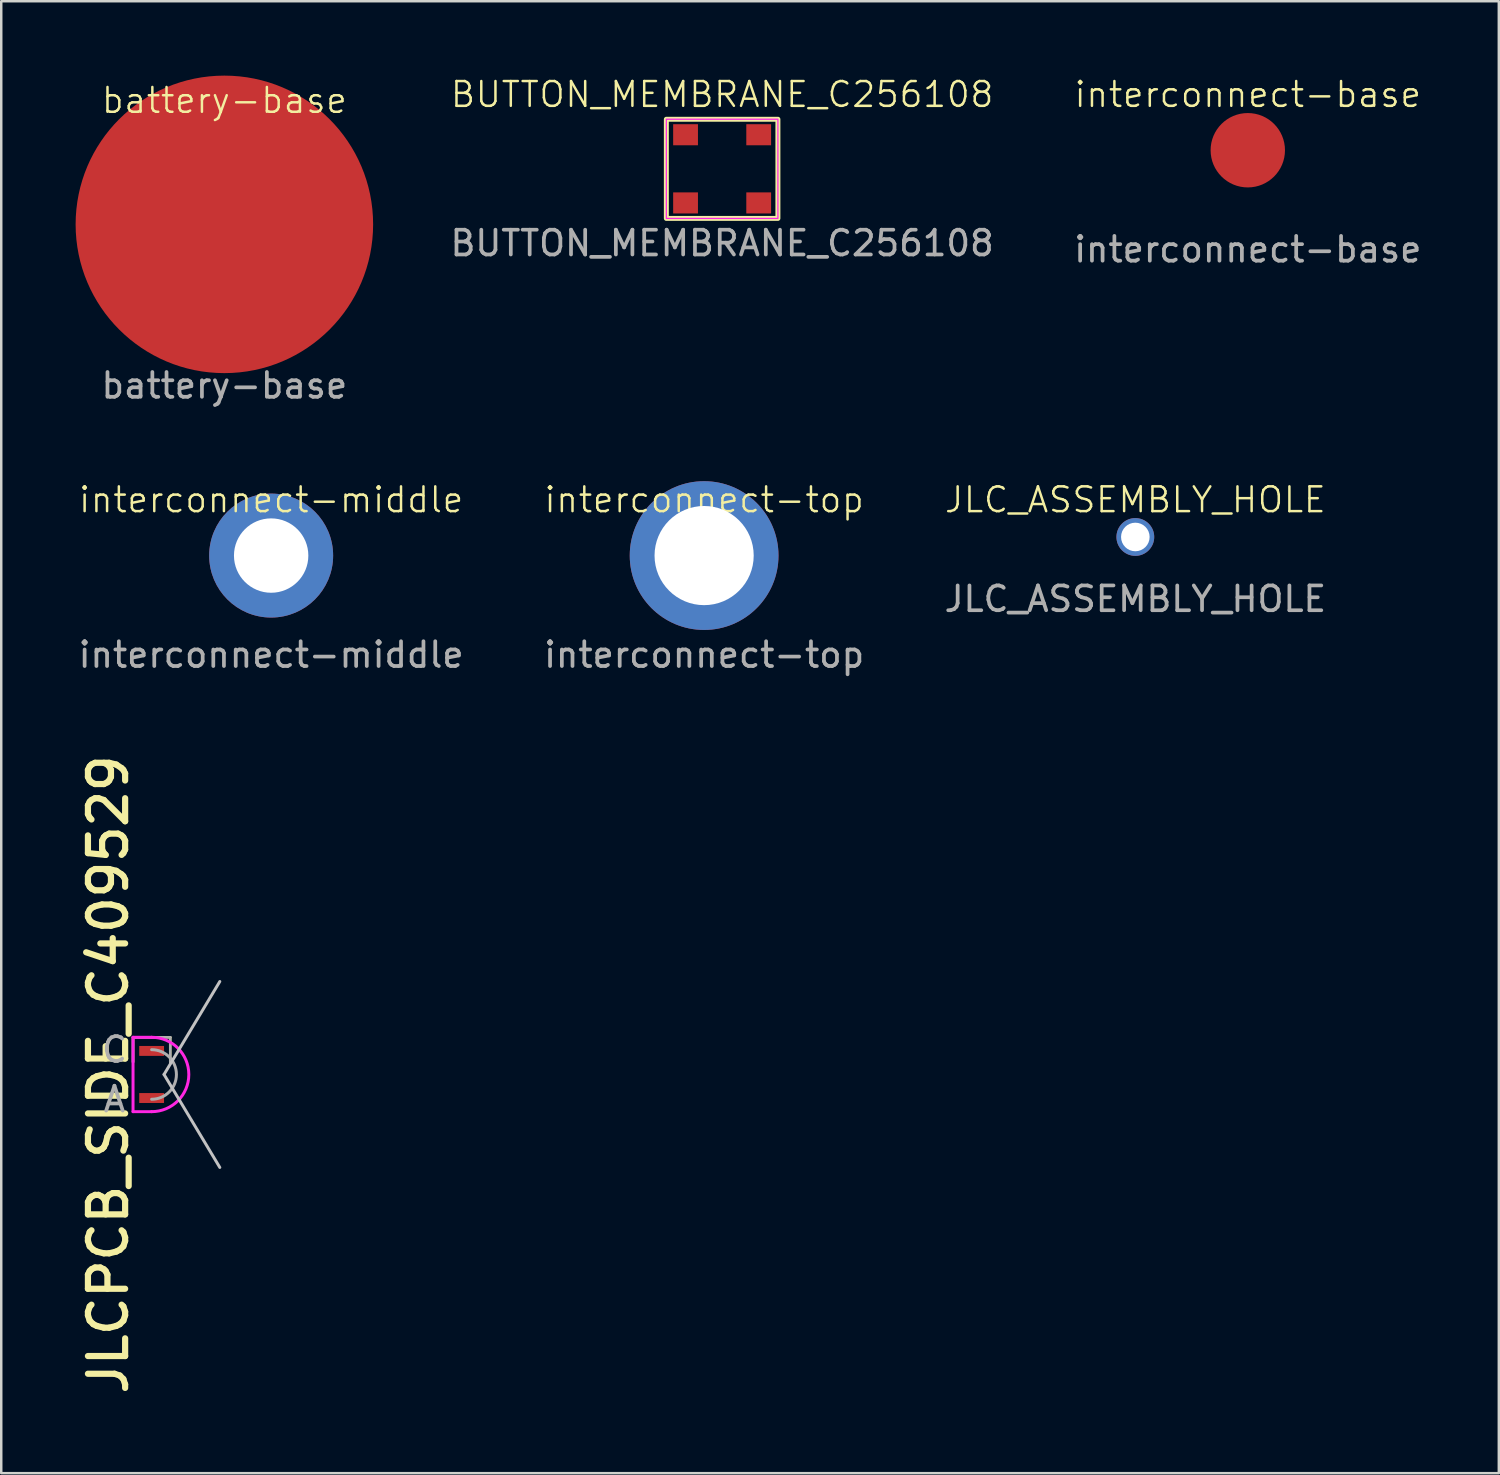
<source format=kicad_pcb>
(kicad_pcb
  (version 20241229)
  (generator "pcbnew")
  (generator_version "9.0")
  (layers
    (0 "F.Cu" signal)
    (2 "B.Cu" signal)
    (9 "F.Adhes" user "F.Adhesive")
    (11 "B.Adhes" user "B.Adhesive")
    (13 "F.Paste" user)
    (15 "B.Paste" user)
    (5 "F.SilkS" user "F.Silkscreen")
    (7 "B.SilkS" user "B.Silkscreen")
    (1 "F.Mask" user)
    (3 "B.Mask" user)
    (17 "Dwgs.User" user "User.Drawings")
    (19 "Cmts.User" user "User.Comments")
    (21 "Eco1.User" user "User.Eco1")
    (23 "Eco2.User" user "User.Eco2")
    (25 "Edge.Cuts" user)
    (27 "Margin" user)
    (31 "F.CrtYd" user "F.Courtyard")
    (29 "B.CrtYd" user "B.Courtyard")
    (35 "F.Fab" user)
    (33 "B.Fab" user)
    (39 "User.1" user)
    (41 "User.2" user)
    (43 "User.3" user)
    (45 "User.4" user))
  (footprint "JLCPCB_SIDE_C409529"
    (layer "F.Cu")
    (at 3.066 40.289)
    (property "Reference" "JLCPCB_SIDE_C409529" (at -1.75 0 90) (layer "F.SilkS") (effects (font (size 1.5 1.5) (thickness 0.25) (bold yes))))
    (attr through_hole)
    (fp_line (start -0.75 -1.5) (end 0.75 -1.5) (stroke (width 0.1) (type default)) (layer "F.SilkS"))
    (fp_line (start -0.75 -0.5) (end -0.75 -1.5) (stroke (width 0.1) (type default)) (layer "F.SilkS"))
    (fp_line (start 0.75 -1.5) (end 0.75 -0.5) (stroke (width 0.1) (type default)) (layer "F.SilkS"))
    (fp_line (start 2.75 -3.75) (end 0.5 0) (stroke (width 0.12) (type solid)) (layer "Dwgs.User"))
    (fp_line (start 2.75 3.75) (end 0.5 0) (stroke (width 0.12) (type solid)) (layer "Dwgs.User"))
    (fp_line (start -0.75 -1.5) (end -0.75 1.5) (stroke (width 0.12) (type solid)) (layer "F.CrtYd"))
    (fp_line (start -0.75 1.5) (end 0 1.5) (stroke (width 0.12) (type solid)) (layer "F.CrtYd"))
    (fp_line (start 0 -1.5) (end -0.75 -1.5) (stroke (width 0.12) (type solid)) (layer "F.CrtYd"))
    (fp_arc (start 0 -1.5) (mid 1.5 0) (end 0 1.5) (stroke (width 0.12) (type solid)) (layer "F.CrtYd"))
    (fp_line (start -0.75 -1.5) (end 0.75 -1.5) (stroke (width 0.1) (type default)) (layer "F.Fab"))
    (fp_line (start -0.75 -0.5) (end -0.75 -1.5) (stroke (width 0.1) (type default)) (layer "F.Fab"))
    (fp_line (start 0.75 -1.5) (end 0.75 -0.5) (stroke (width 0.1) (type default)) (layer "F.Fab"))
    (fp_arc (start 0 -1) (mid 1 0) (end 0 1) (stroke (width 0.12) (type solid)) (layer "F.Fab"))
    (fp_text user "A" (at -1.5 1 0) (unlocked yes) (layer "F.Fab") (effects (font (size 1 1) (thickness 0.15))))
    (fp_text user "C" (at -1.5 -1 0) (unlocked yes) (layer "F.Fab") (effects (font (size 1 1) (thickness 0.15))))
    (pad "1" smd rect (at 0 -0.95) (size 1 0.4) (layers "F.Cu" "F.Mask" "F.Paste"))
    (pad "2" smd rect (at 0 0.95) (size 1 0.4) (layers "F.Cu" "F.Mask" "F.Paste")))
  (footprint "battery-base"
    (layer "F.Cu")
    (at 6 6)
    (property "Reference" "battery-base" (at 0 -5 0) (unlocked yes) (layer "F.SilkS") (effects (font (size 1 1) (thickness 0.1))))
    (attr smd exclude_from_pos_files)
    (fp_text user "${REFERENCE}" (at 0 6.5 0) (unlocked yes) (layer "F.Fab") (effects (font (size 1 1) (thickness 0.15))))
    (pad "1" smd circle (at 0 0) (size 12 12) (layers "F.Cu" "F.Mask" "F.Paste")))
  (footprint "JLC_ASSEMBLY_HOLE"
    (layer "F.Cu")
    (at 42.744 18.609)
    (property "Reference" "JLC_ASSEMBLY_HOLE" (at 0 -1.5 0) (unlocked yes) (layer "F.SilkS") (effects (font (size 1 1) (thickness 0.1))))
    (attr through_hole)
    (fp_text user "${REFERENCE}" (at 0 2.5 0) (unlocked yes) (layer "F.Fab") (effects (font (size 1 1) (thickness 0.15))))
    (pad "" np_thru_hole circle (at 0 0) (size 1.524 1.524) (drill 1.152) (layers "*.Cu" "*.Mask")))
  (footprint "interconnect-base"
    (layer "F.Cu")
    (at 47.28 3.01)
    (property "Reference" "interconnect-base" (at 0 -2.25 0) (unlocked yes) (layer "F.SilkS") (effects (font (size 1 1) (thickness 0.1))))
    (attr smd)
    (fp_text user "${REFERENCE}" (at 0 4 0) (unlocked yes) (layer "F.Fab") (effects (font (size 1 1) (thickness 0.15))))
    (pad "1" smd circle (at 0 0) (size 3 3) (layers "F.Cu" "F.Mask" "F.Paste")))
  (footprint "BUTTON_MEMBRANE_C256108"
    (layer "F.Cu")
    (at 26.077 3.76)
    (property "Reference" "BUTTON_MEMBRANE_C256108" (at 0 -3 0) (unlocked yes) (layer "F.SilkS") (effects (font (size 1 1) (thickness 0.1))))
    (attr smd)
    (fp_rect (start -2.25 -2) (end 2.25 2) (stroke (width 0.2) (type default)) (fill no) (layer "F.SilkS"))
    (fp_rect (start -2.25 -2) (end 2.25 2) (stroke (width 0.05) (type default)) (fill no) (layer "F.CrtYd"))
    (fp_text user "${REFERENCE}" (at 0 3 0) (unlocked yes) (layer "F.Fab") (effects (font (size 1 1) (thickness 0.15))))
    (pad "1" smd rect (at -1.475 -1.375 90) (size 0.85 1) (layers "F.Cu" "F.Mask" "F.Paste"))
    (pad "2" smd rect (at 1.475 -1.375 90) (size 0.85 1) (layers "F.Cu" "F.Mask" "F.Paste"))
    (pad "3" smd rect (at 1.475 1.375 90) (size 0.85 1) (layers "F.Cu" "F.Mask" "F.Paste"))
    (pad "4" smd rect (at -1.475 1.375 90) (size 0.85 1) (layers "F.Cu" "F.Mask" "F.Paste")))
  (footprint "interconnect-top"
    (layer "F.Cu")
    (at 25.351 19.359)
    (property "Reference" "interconnect-top" (at 0 -2.25 0) (unlocked yes) (layer "F.SilkS") (effects (font (size 1 1) (thickness 0.1))))
    (attr smd)
    (fp_text user "${REFERENCE}" (at 0 4 0) (unlocked yes) (layer "F.Fab") (effects (font (size 1 1) (thickness 0.15))))
    (pad "1" thru_hole circle (at 0 0) (size 6 6) (drill 4) (layers "*.Cu" "*.Mask")))
  (footprint "interconnect-middle"
    (layer "F.Cu")
    (at 7.887 19.359)
    (property "Reference" "interconnect-middle" (at 0 -2.25 0) (unlocked yes) (layer "F.SilkS") (effects (font (size 1 1) (thickness 0.1))))
    (attr smd)
    (fp_text user "${REFERENCE}" (at 0 4 0) (unlocked yes) (layer "F.Fab") (effects (font (size 1 1) (thickness 0.15))))
    (pad "1" thru_hole circle (at 0 0) (size 5 5) (drill 3) (layers "*.Cu" "*.Mask")))
  (gr_rect
    (start -3 -3)
    (end 57.405 56.371)
    (stroke (width 0.1) (type default))
    (fill no)
    (layer "Edge.Cuts")))
</source>
